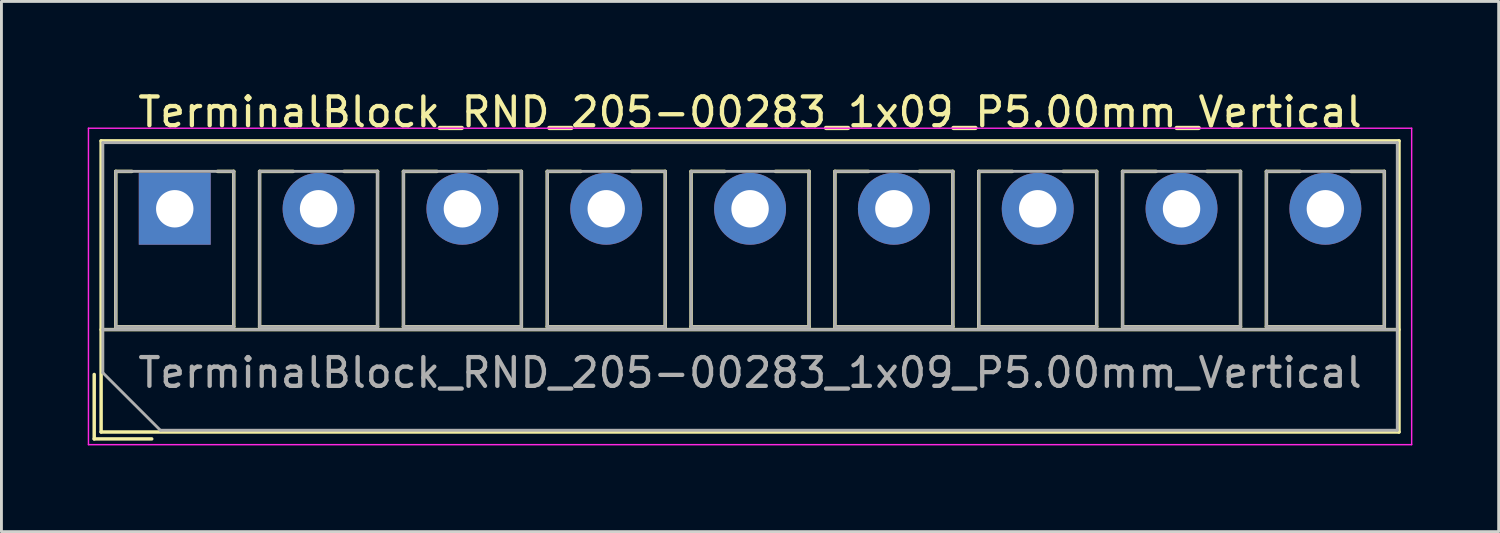
<source format=kicad_pcb>
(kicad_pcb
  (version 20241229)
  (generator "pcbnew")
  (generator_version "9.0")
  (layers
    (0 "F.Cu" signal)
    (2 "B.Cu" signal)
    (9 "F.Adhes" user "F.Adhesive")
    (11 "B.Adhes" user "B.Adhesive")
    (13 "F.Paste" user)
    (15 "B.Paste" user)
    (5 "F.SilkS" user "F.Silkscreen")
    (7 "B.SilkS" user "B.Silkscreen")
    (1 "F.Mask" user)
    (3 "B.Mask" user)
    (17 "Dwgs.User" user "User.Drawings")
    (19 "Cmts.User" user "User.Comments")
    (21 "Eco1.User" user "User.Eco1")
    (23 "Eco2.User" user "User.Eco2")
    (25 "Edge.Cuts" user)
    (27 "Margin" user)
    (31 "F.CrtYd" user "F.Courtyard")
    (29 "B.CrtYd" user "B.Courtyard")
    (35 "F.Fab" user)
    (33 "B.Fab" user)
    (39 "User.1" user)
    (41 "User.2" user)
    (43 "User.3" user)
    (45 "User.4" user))
  (footprint "TerminalBlock_RND_205-00283_1x09_P5.00mm_Vertical"
    (layer "F.Cu")
    (at 3.025 4.208)
    (property "Reference" "TerminalBlock_RND_205-00283_1x09_P5.00mm_Vertical" (at 20 -3.36 0) (layer "F.SilkS") (effects (font (size 1 1) (thickness 0.15))))
    (attr through_hole)
    (fp_line (start -2.8 5.76) (end -2.8 8) (stroke (width 0.12) (type solid)) (layer "F.SilkS"))
    (fp_line (start -2.8 8) (end -0.8 8) (stroke (width 0.12) (type solid)) (layer "F.SilkS"))
    (fp_line (start -2.56 -2.36) (end -2.56 7.76) (stroke (width 0.12) (type solid)) (layer "F.SilkS"))
    (fp_line (start -2.56 -2.36) (end 42.56 -2.36) (stroke (width 0.12) (type solid)) (layer "F.SilkS"))
    (fp_line (start -2.56 4.2) (end 42.56 4.2) (stroke (width 0.12) (type solid)) (layer "F.SilkS"))
    (fp_line (start -2.56 7.76) (end 42.56 7.76) (stroke (width 0.12) (type solid)) (layer "F.SilkS"))
    (fp_line (start -2.05 -1.3) (end -2.05 4.1) (stroke (width 0.12) (type solid)) (layer "F.SilkS"))
    (fp_line (start -2.05 -1.3) (end -1.49 -1.3) (stroke (width 0.12) (type solid)) (layer "F.SilkS"))
    (fp_line (start -2.05 4.1) (end 2.05 4.1) (stroke (width 0.12) (type solid)) (layer "F.SilkS"))
    (fp_line (start 1.49 -1.3) (end 2.05 -1.3) (stroke (width 0.12) (type solid)) (layer "F.SilkS"))
    (fp_line (start 2.05 -1.3) (end 2.05 4.1) (stroke (width 0.12) (type solid)) (layer "F.SilkS"))
    (fp_line (start 2.95 -1.3) (end 2.95 4.1) (stroke (width 0.12) (type solid)) (layer "F.SilkS"))
    (fp_line (start 2.95 -1.3) (end 4.117 -1.3) (stroke (width 0.12) (type solid)) (layer "F.SilkS"))
    (fp_line (start 2.95 4.1) (end 7.05 4.1) (stroke (width 0.12) (type solid)) (layer "F.SilkS"))
    (fp_line (start 5.884 -1.3) (end 7.05 -1.3) (stroke (width 0.12) (type solid)) (layer "F.SilkS"))
    (fp_line (start 7.05 -1.3) (end 7.05 4.1) (stroke (width 0.12) (type solid)) (layer "F.SilkS"))
    (fp_line (start 7.95 -1.3) (end 7.95 4.1) (stroke (width 0.12) (type solid)) (layer "F.SilkS"))
    (fp_line (start 7.95 -1.3) (end 9.117 -1.3) (stroke (width 0.12) (type solid)) (layer "F.SilkS"))
    (fp_line (start 7.95 4.1) (end 12.05 4.1) (stroke (width 0.12) (type solid)) (layer "F.SilkS"))
    (fp_line (start 10.884 -1.3) (end 12.05 -1.3) (stroke (width 0.12) (type solid)) (layer "F.SilkS"))
    (fp_line (start 12.05 -1.3) (end 12.05 4.1) (stroke (width 0.12) (type solid)) (layer "F.SilkS"))
    (fp_line (start 12.95 -1.3) (end 12.95 4.1) (stroke (width 0.12) (type solid)) (layer "F.SilkS"))
    (fp_line (start 12.95 -1.3) (end 14.117 -1.3) (stroke (width 0.12) (type solid)) (layer "F.SilkS"))
    (fp_line (start 12.95 4.1) (end 17.05 4.1) (stroke (width 0.12) (type solid)) (layer "F.SilkS"))
    (fp_line (start 15.884 -1.3) (end 17.05 -1.3) (stroke (width 0.12) (type solid)) (layer "F.SilkS"))
    (fp_line (start 17.05 -1.3) (end 17.05 4.1) (stroke (width 0.12) (type solid)) (layer "F.SilkS"))
    (fp_line (start 17.95 -1.3) (end 17.95 4.1) (stroke (width 0.12) (type solid)) (layer "F.SilkS"))
    (fp_line (start 17.95 -1.3) (end 19.117 -1.3) (stroke (width 0.12) (type solid)) (layer "F.SilkS"))
    (fp_line (start 17.95 4.1) (end 22.05 4.1) (stroke (width 0.12) (type solid)) (layer "F.SilkS"))
    (fp_line (start 20.884 -1.3) (end 22.05 -1.3) (stroke (width 0.12) (type solid)) (layer "F.SilkS"))
    (fp_line (start 22.05 -1.3) (end 22.05 4.1) (stroke (width 0.12) (type solid)) (layer "F.SilkS"))
    (fp_line (start 22.95 -1.3) (end 22.95 4.1) (stroke (width 0.12) (type solid)) (layer "F.SilkS"))
    (fp_line (start 22.95 -1.3) (end 24.117 -1.3) (stroke (width 0.12) (type solid)) (layer "F.SilkS"))
    (fp_line (start 22.95 4.1) (end 27.05 4.1) (stroke (width 0.12) (type solid)) (layer "F.SilkS"))
    (fp_line (start 25.884 -1.3) (end 27.05 -1.3) (stroke (width 0.12) (type solid)) (layer "F.SilkS"))
    (fp_line (start 27.05 -1.3) (end 27.05 4.1) (stroke (width 0.12) (type solid)) (layer "F.SilkS"))
    (fp_line (start 27.95 -1.3) (end 27.95 4.1) (stroke (width 0.12) (type solid)) (layer "F.SilkS"))
    (fp_line (start 27.95 -1.3) (end 29.117 -1.3) (stroke (width 0.12) (type solid)) (layer "F.SilkS"))
    (fp_line (start 27.95 4.1) (end 32.05 4.1) (stroke (width 0.12) (type solid)) (layer "F.SilkS"))
    (fp_line (start 30.884 -1.3) (end 32.05 -1.3) (stroke (width 0.12) (type solid)) (layer "F.SilkS"))
    (fp_line (start 32.05 -1.3) (end 32.05 4.1) (stroke (width 0.12) (type solid)) (layer "F.SilkS"))
    (fp_line (start 32.95 -1.3) (end 32.95 4.1) (stroke (width 0.12) (type solid)) (layer "F.SilkS"))
    (fp_line (start 32.95 -1.3) (end 34.117 -1.3) (stroke (width 0.12) (type solid)) (layer "F.SilkS"))
    (fp_line (start 32.95 4.1) (end 37.05 4.1) (stroke (width 0.12) (type solid)) (layer "F.SilkS"))
    (fp_line (start 35.884 -1.3) (end 37.05 -1.3) (stroke (width 0.12) (type solid)) (layer "F.SilkS"))
    (fp_line (start 37.05 -1.3) (end 37.05 4.1) (stroke (width 0.12) (type solid)) (layer "F.SilkS"))
    (fp_line (start 37.95 -1.3) (end 37.95 4.1) (stroke (width 0.12) (type solid)) (layer "F.SilkS"))
    (fp_line (start 37.95 -1.3) (end 39.117 -1.3) (stroke (width 0.12) (type solid)) (layer "F.SilkS"))
    (fp_line (start 37.95 4.1) (end 42.05 4.1) (stroke (width 0.12) (type solid)) (layer "F.SilkS"))
    (fp_line (start 40.884 -1.3) (end 42.05 -1.3) (stroke (width 0.12) (type solid)) (layer "F.SilkS"))
    (fp_line (start 42.05 -1.3) (end 42.05 4.1) (stroke (width 0.12) (type solid)) (layer "F.SilkS"))
    (fp_line (start 42.56 -2.36) (end 42.56 7.76) (stroke (width 0.12) (type solid)) (layer "F.SilkS"))
    (fp_line (start -3 -2.8) (end -3 8.2) (stroke (width 0.05) (type solid)) (layer "F.CrtYd"))
    (fp_line (start -3 8.2) (end 43 8.2) (stroke (width 0.05) (type solid)) (layer "F.CrtYd"))
    (fp_line (start 43 -2.8) (end -3 -2.8) (stroke (width 0.05) (type solid)) (layer "F.CrtYd"))
    (fp_line (start 43 8.2) (end 43 -2.8) (stroke (width 0.05) (type solid)) (layer "F.CrtYd"))
    (fp_line (start -2.5 -2.3) (end 42.5 -2.3) (stroke (width 0.1) (type solid)) (layer "F.Fab"))
    (fp_line (start -2.5 4.2) (end 42.5 4.2) (stroke (width 0.1) (type solid)) (layer "F.Fab"))
    (fp_line (start -2.5 5.7) (end -2.5 -2.3) (stroke (width 0.1) (type solid)) (layer "F.Fab"))
    (fp_line (start -2.05 -1.3) (end -2.05 4.1) (stroke (width 0.1) (type solid)) (layer "F.Fab"))
    (fp_line (start -2.05 4.1) (end 2.05 4.1) (stroke (width 0.1) (type solid)) (layer "F.Fab"))
    (fp_line (start -0.5 7.7) (end -2.5 5.7) (stroke (width 0.1) (type solid)) (layer "F.Fab"))
    (fp_line (start 2.05 -1.3) (end -2.05 -1.3) (stroke (width 0.1) (type solid)) (layer "F.Fab"))
    (fp_line (start 2.05 4.1) (end 2.05 -1.3) (stroke (width 0.1) (type solid)) (layer "F.Fab"))
    (fp_line (start 2.95 -1.3) (end 2.95 4.1) (stroke (width 0.1) (type solid)) (layer "F.Fab"))
    (fp_line (start 2.95 4.1) (end 7.05 4.1) (stroke (width 0.1) (type solid)) (layer "F.Fab"))
    (fp_line (start 7.05 -1.3) (end 2.95 -1.3) (stroke (width 0.1) (type solid)) (layer "F.Fab"))
    (fp_line (start 7.05 4.1) (end 7.05 -1.3) (stroke (width 0.1) (type solid)) (layer "F.Fab"))
    (fp_line (start 7.95 -1.3) (end 7.95 4.1) (stroke (width 0.1) (type solid)) (layer "F.Fab"))
    (fp_line (start 7.95 4.1) (end 12.05 4.1) (stroke (width 0.1) (type solid)) (layer "F.Fab"))
    (fp_line (start 12.05 -1.3) (end 7.95 -1.3) (stroke (width 0.1) (type solid)) (layer "F.Fab"))
    (fp_line (start 12.05 4.1) (end 12.05 -1.3) (stroke (width 0.1) (type solid)) (layer "F.Fab"))
    (fp_line (start 12.95 -1.3) (end 12.95 4.1) (stroke (width 0.1) (type solid)) (layer "F.Fab"))
    (fp_line (start 12.95 4.1) (end 17.05 4.1) (stroke (width 0.1) (type solid)) (layer "F.Fab"))
    (fp_line (start 17.05 -1.3) (end 12.95 -1.3) (stroke (width 0.1) (type solid)) (layer "F.Fab"))
    (fp_line (start 17.05 4.1) (end 17.05 -1.3) (stroke (width 0.1) (type solid)) (layer "F.Fab"))
    (fp_line (start 17.95 -1.3) (end 17.95 4.1) (stroke (width 0.1) (type solid)) (layer "F.Fab"))
    (fp_line (start 17.95 4.1) (end 22.05 4.1) (stroke (width 0.1) (type solid)) (layer "F.Fab"))
    (fp_line (start 22.05 -1.3) (end 17.95 -1.3) (stroke (width 0.1) (type solid)) (layer "F.Fab"))
    (fp_line (start 22.05 4.1) (end 22.05 -1.3) (stroke (width 0.1) (type solid)) (layer "F.Fab"))
    (fp_line (start 22.95 -1.3) (end 22.95 4.1) (stroke (width 0.1) (type solid)) (layer "F.Fab"))
    (fp_line (start 22.95 4.1) (end 27.05 4.1) (stroke (width 0.1) (type solid)) (layer "F.Fab"))
    (fp_line (start 27.05 -1.3) (end 22.95 -1.3) (stroke (width 0.1) (type solid)) (layer "F.Fab"))
    (fp_line (start 27.05 4.1) (end 27.05 -1.3) (stroke (width 0.1) (type solid)) (layer "F.Fab"))
    (fp_line (start 27.95 -1.3) (end 27.95 4.1) (stroke (width 0.1) (type solid)) (layer "F.Fab"))
    (fp_line (start 27.95 4.1) (end 32.05 4.1) (stroke (width 0.1) (type solid)) (layer "F.Fab"))
    (fp_line (start 32.05 -1.3) (end 27.95 -1.3) (stroke (width 0.1) (type solid)) (layer "F.Fab"))
    (fp_line (start 32.05 4.1) (end 32.05 -1.3) (stroke (width 0.1) (type solid)) (layer "F.Fab"))
    (fp_line (start 32.95 -1.3) (end 32.95 4.1) (stroke (width 0.1) (type solid)) (layer "F.Fab"))
    (fp_line (start 32.95 4.1) (end 37.05 4.1) (stroke (width 0.1) (type solid)) (layer "F.Fab"))
    (fp_line (start 37.05 -1.3) (end 32.95 -1.3) (stroke (width 0.1) (type solid)) (layer "F.Fab"))
    (fp_line (start 37.05 4.1) (end 37.05 -1.3) (stroke (width 0.1) (type solid)) (layer "F.Fab"))
    (fp_line (start 37.95 -1.3) (end 37.95 4.1) (stroke (width 0.1) (type solid)) (layer "F.Fab"))
    (fp_line (start 37.95 4.1) (end 42.05 4.1) (stroke (width 0.1) (type solid)) (layer "F.Fab"))
    (fp_line (start 42.05 -1.3) (end 37.95 -1.3) (stroke (width 0.1) (type solid)) (layer "F.Fab"))
    (fp_line (start 42.05 4.1) (end 42.05 -1.3) (stroke (width 0.1) (type solid)) (layer "F.Fab"))
    (fp_line (start 42.5 -2.3) (end 42.5 7.7) (stroke (width 0.1) (type solid)) (layer "F.Fab"))
    (fp_line (start 42.5 7.7) (end -0.5 7.7) (stroke (width 0.1) (type solid)) (layer "F.Fab"))
    (fp_text user "${REFERENCE}" (at 20 5.7 0) (layer "F.Fab") (effects (font (size 1 1) (thickness 0.15))))
    (pad "1" thru_hole rect (at 0 0) (size 2.5 2.5) (drill 1.3) (layers "*.Cu" "*.Mask"))
    (pad "2" thru_hole circle (at 5 0) (size 2.5 2.5) (drill 1.3) (layers "*.Cu" "*.Mask"))
    (pad "3" thru_hole circle (at 10 0) (size 2.5 2.5) (drill 1.3) (layers "*.Cu" "*.Mask"))
    (pad "4" thru_hole circle (at 15 0) (size 2.5 2.5) (drill 1.3) (layers "*.Cu" "*.Mask"))
    (pad "5" thru_hole circle (at 20 0) (size 2.5 2.5) (drill 1.3) (layers "*.Cu" "*.Mask"))
    (pad "6" thru_hole circle (at 25 0) (size 2.5 2.5) (drill 1.3) (layers "*.Cu" "*.Mask"))
    (pad "7" thru_hole circle (at 30 0) (size 2.5 2.5) (drill 1.3) (layers "*.Cu" "*.Mask"))
    (pad "8" thru_hole circle (at 35 0) (size 2.5 2.5) (drill 1.3) (layers "*.Cu" "*.Mask"))
    (pad "9" thru_hole circle (at 40 0) (size 2.5 2.5) (drill 1.3) (layers "*.Cu" "*.Mask")))
  (gr_rect
    (start -3 -3)
    (end 49.05 15.433)
    (stroke (width 0.1) (type default))
    (fill no)
    (layer "Edge.Cuts")))
</source>
